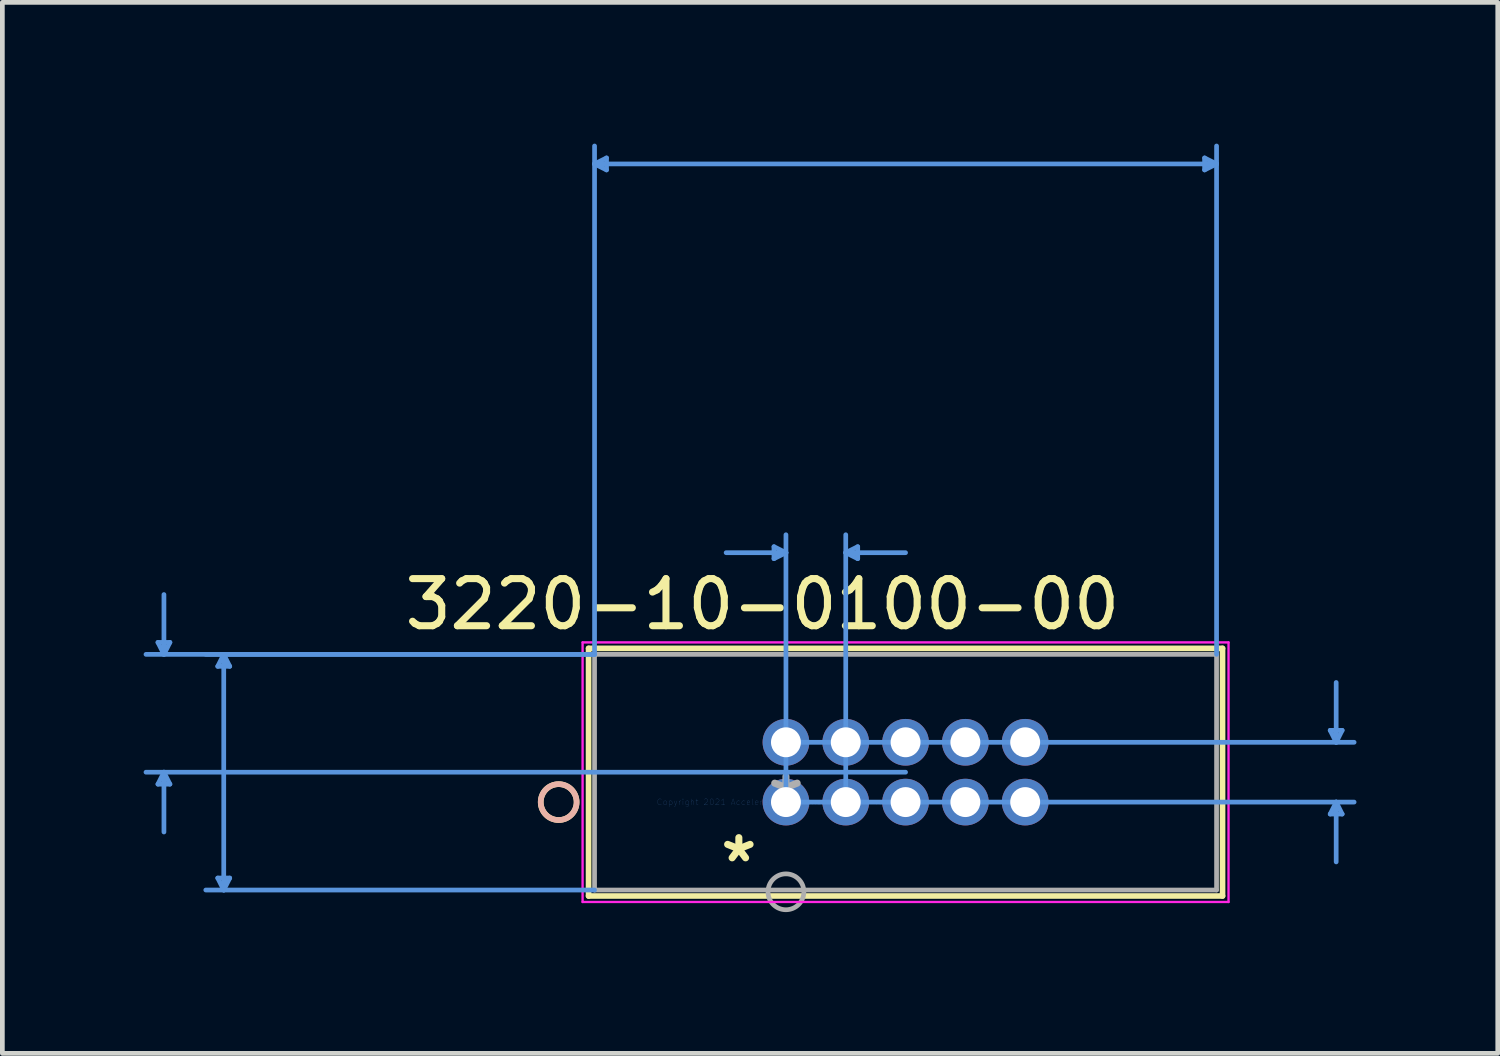
<source format=kicad_pcb>
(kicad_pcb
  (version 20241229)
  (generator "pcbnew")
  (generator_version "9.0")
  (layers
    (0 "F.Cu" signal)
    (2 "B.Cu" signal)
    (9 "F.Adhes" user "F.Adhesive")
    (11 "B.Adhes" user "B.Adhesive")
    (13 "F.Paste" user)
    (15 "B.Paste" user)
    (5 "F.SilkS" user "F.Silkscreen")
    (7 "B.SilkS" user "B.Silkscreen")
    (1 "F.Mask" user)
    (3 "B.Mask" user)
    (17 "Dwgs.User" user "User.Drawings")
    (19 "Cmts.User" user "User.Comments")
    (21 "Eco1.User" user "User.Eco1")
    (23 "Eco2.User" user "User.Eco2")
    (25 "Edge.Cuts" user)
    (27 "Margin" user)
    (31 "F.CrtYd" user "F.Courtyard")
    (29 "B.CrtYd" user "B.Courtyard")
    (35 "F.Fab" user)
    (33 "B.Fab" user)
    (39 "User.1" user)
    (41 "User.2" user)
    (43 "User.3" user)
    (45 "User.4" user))
  (footprint "3220-10-0100-00"
    (layer "F.Cu")
    (at 13.639 13.982)
    (property "Reference" "3220-10-0100-00" (at -0.5 -4.2 0) (layer "F.SilkS") (effects (font (size 1 1) (thickness 0.15))))
    (attr through_hole)
    (fp_line (start -4.191 -3.264) (end -4.191 1.994) (stroke (width 0.12) (type solid)) (layer "F.SilkS"))
    (fp_line (start -4.191 1.994) (end 9.271 1.994) (stroke (width 0.12) (type solid)) (layer "F.SilkS"))
    (fp_line (start 9.271 -3.264) (end -4.191 -3.264) (stroke (width 0.12) (type solid)) (layer "F.SilkS"))
    (fp_line (start 9.271 1.994) (end 9.271 -3.264) (stroke (width 0.12) (type solid)) (layer "F.SilkS"))
    (fp_circle (center -4.826 0) (end -4.445 0) (stroke (width 0.12) (type solid)) (fill no) (layer "F.SilkS"))
    (fp_circle (center -4.826 0) (end -4.445 0) (stroke (width 0.12) (type solid)) (fill no) (layer "B.SilkS"))
    (fp_line (start -13.335 -3.391) (end -13.081 -3.391) (stroke (width 0.1) (type solid)) (layer "Cmts.User"))
    (fp_line (start -13.335 -0.381) (end -13.081 -0.381) (stroke (width 0.1) (type solid)) (layer "Cmts.User"))
    (fp_line (start -13.208 -3.137) (end -13.335 -3.391) (stroke (width 0.1) (type solid)) (layer "Cmts.User"))
    (fp_line (start -13.208 -3.137) (end -13.208 -4.407) (stroke (width 0.1) (type solid)) (layer "Cmts.User"))
    (fp_line (start -13.208 -3.137) (end -13.081 -3.391) (stroke (width 0.1) (type solid)) (layer "Cmts.User"))
    (fp_line (start -13.208 -0.635) (end -13.335 -0.381) (stroke (width 0.1) (type solid)) (layer "Cmts.User"))
    (fp_line (start -13.208 -0.635) (end -13.208 0.635) (stroke (width 0.1) (type solid)) (layer "Cmts.User"))
    (fp_line (start -13.208 -0.635) (end -13.081 -0.381) (stroke (width 0.1) (type solid)) (layer "Cmts.User"))
    (fp_line (start -12.065 -2.883) (end -11.811 -2.883) (stroke (width 0.1) (type solid)) (layer "Cmts.User"))
    (fp_line (start -12.065 1.613) (end -11.811 1.613) (stroke (width 0.1) (type solid)) (layer "Cmts.User"))
    (fp_line (start -11.938 -3.137) (end -12.065 -2.883) (stroke (width 0.1) (type solid)) (layer "Cmts.User"))
    (fp_line (start -11.938 -3.137) (end -11.938 1.867) (stroke (width 0.1) (type solid)) (layer "Cmts.User"))
    (fp_line (start -11.938 -3.137) (end -11.811 -2.883) (stroke (width 0.1) (type solid)) (layer "Cmts.User"))
    (fp_line (start -11.938 1.867) (end -12.065 1.613) (stroke (width 0.1) (type solid)) (layer "Cmts.User"))
    (fp_line (start -11.938 1.867) (end -11.811 1.613) (stroke (width 0.1) (type solid)) (layer "Cmts.User"))
    (fp_line (start -4.064 -13.551) (end -3.81 -13.678) (stroke (width 0.1) (type solid)) (layer "Cmts.User"))
    (fp_line (start -4.064 -13.551) (end -3.81 -13.424) (stroke (width 0.1) (type solid)) (layer "Cmts.User"))
    (fp_line (start -4.064 -13.551) (end 9.144 -13.551) (stroke (width 0.1) (type solid)) (layer "Cmts.User"))
    (fp_line (start -4.064 -3.137) (end -13.589 -3.137) (stroke (width 0.1) (type solid)) (layer "Cmts.User"))
    (fp_line (start -4.064 -3.137) (end -12.319 -3.137) (stroke (width 0.1) (type solid)) (layer "Cmts.User"))
    (fp_line (start -4.064 -3.137) (end -4.064 -13.932) (stroke (width 0.1) (type solid)) (layer "Cmts.User"))
    (fp_line (start -4.064 1.867) (end -12.319 1.867) (stroke (width 0.1) (type solid)) (layer "Cmts.User"))
    (fp_line (start -3.81 -13.678) (end -3.81 -13.424) (stroke (width 0.1) (type solid)) (layer "Cmts.User"))
    (fp_line (start -0.254 -5.423) (end -0.254 -5.169) (stroke (width 0.1) (type solid)) (layer "Cmts.User"))
    (fp_line (start 0 -5.296) (end -1.27 -5.296) (stroke (width 0.1) (type solid)) (layer "Cmts.User"))
    (fp_line (start 0 -5.296) (end -0.254 -5.423) (stroke (width 0.1) (type solid)) (layer "Cmts.User"))
    (fp_line (start 0 -5.296) (end -0.254 -5.169) (stroke (width 0.1) (type solid)) (layer "Cmts.User"))
    (fp_line (start 0 -1.27) (end 12.065 -1.27) (stroke (width 0.1) (type solid)) (layer "Cmts.User"))
    (fp_line (start 0 0) (end 0 -5.677) (stroke (width 0.1) (type solid)) (layer "Cmts.User"))
    (fp_line (start 0 0) (end 12.065 0) (stroke (width 0.1) (type solid)) (layer "Cmts.User"))
    (fp_line (start 1.27 -5.296) (end 1.524 -5.423) (stroke (width 0.1) (type solid)) (layer "Cmts.User"))
    (fp_line (start 1.27 -5.296) (end 1.524 -5.169) (stroke (width 0.1) (type solid)) (layer "Cmts.User"))
    (fp_line (start 1.27 -5.296) (end 2.54 -5.296) (stroke (width 0.1) (type solid)) (layer "Cmts.User"))
    (fp_line (start 1.27 0) (end 1.27 -5.677) (stroke (width 0.1) (type solid)) (layer "Cmts.User"))
    (fp_line (start 1.524 -5.423) (end 1.524 -5.169) (stroke (width 0.1) (type solid)) (layer "Cmts.User"))
    (fp_line (start 2.54 -0.635) (end -13.589 -0.635) (stroke (width 0.1) (type solid)) (layer "Cmts.User"))
    (fp_line (start 8.89 -13.678) (end 8.89 -13.424) (stroke (width 0.1) (type solid)) (layer "Cmts.User"))
    (fp_line (start 9.144 -13.551) (end 8.89 -13.678) (stroke (width 0.1) (type solid)) (layer "Cmts.User"))
    (fp_line (start 9.144 -13.551) (end 8.89 -13.424) (stroke (width 0.1) (type solid)) (layer "Cmts.User"))
    (fp_line (start 9.144 -3.137) (end 9.144 -13.932) (stroke (width 0.1) (type solid)) (layer "Cmts.User"))
    (fp_line (start 11.557 -1.524) (end 11.811 -1.524) (stroke (width 0.1) (type solid)) (layer "Cmts.User"))
    (fp_line (start 11.557 0.254) (end 11.811 0.254) (stroke (width 0.1) (type solid)) (layer "Cmts.User"))
    (fp_line (start 11.684 -1.27) (end 11.557 -1.524) (stroke (width 0.1) (type solid)) (layer "Cmts.User"))
    (fp_line (start 11.684 -1.27) (end 11.684 -2.54) (stroke (width 0.1) (type solid)) (layer "Cmts.User"))
    (fp_line (start 11.684 -1.27) (end 11.811 -1.524) (stroke (width 0.1) (type solid)) (layer "Cmts.User"))
    (fp_line (start 11.684 0) (end 11.557 0.254) (stroke (width 0.1) (type solid)) (layer "Cmts.User"))
    (fp_line (start 11.684 0) (end 11.684 1.27) (stroke (width 0.1) (type solid)) (layer "Cmts.User"))
    (fp_line (start 11.684 0) (end 11.811 0.254) (stroke (width 0.1) (type solid)) (layer "Cmts.User"))
    (fp_line (start -4.318 -3.391) (end -4.318 2.121) (stroke (width 0.05) (type solid)) (layer "F.CrtYd"))
    (fp_line (start -4.318 2.121) (end 9.398 2.121) (stroke (width 0.05) (type solid)) (layer "F.CrtYd"))
    (fp_line (start 9.398 -3.391) (end -4.318 -3.391) (stroke (width 0.05) (type solid)) (layer "F.CrtYd"))
    (fp_line (start 9.398 2.121) (end 9.398 -3.391) (stroke (width 0.05) (type solid)) (layer "F.CrtYd"))
    (fp_line (start -4.064 -3.137) (end -4.064 1.867) (stroke (width 0.1) (type solid)) (layer "F.Fab"))
    (fp_line (start -4.064 1.867) (end 9.144 1.867) (stroke (width 0.1) (type solid)) (layer "F.Fab"))
    (fp_line (start 9.144 -3.137) (end -4.064 -3.137) (stroke (width 0.1) (type solid)) (layer "F.Fab"))
    (fp_line (start 9.144 1.867) (end 9.144 -3.137) (stroke (width 0.1) (type solid)) (layer "F.Fab"))
    (fp_circle (center 0 1.905) (end 0.381 1.905) (stroke (width 0.1) (type solid)) (fill no) (layer "F.Fab"))
    (fp_text user "*" (at -1 1.3 0) (layer "F.SilkS") (effects (font (size 1 1) (thickness 0.15))))
    (fp_text user "Copyright 2021 Accelerated Designs. All rights reserved." (at 0 0 0) (layer "Cmts.User") (effects (font (size 0.127 0.127) (thickness 0.002))))
    (fp_text user "*" (at 0 0 0) (layer "F.Fab") (effects (font (size 1 1) (thickness 0.15))))
    (pad "1" thru_hole circle (at 0 0) (size 0.991 0.991) (drill 0.635) (layers "*.Cu" "*.Mask"))
    (pad "2" thru_hole circle (at 0 -1.27) (size 0.991 0.991) (drill 0.635) (layers "*.Cu" "*.Mask"))
    (pad "3" thru_hole circle (at 1.27 0) (size 0.991 0.991) (drill 0.635) (layers "*.Cu" "*.Mask"))
    (pad "4" thru_hole circle (at 1.27 -1.27) (size 0.991 0.991) (drill 0.635) (layers "*.Cu" "*.Mask"))
    (pad "5" thru_hole circle (at 2.54 0) (size 0.991 0.991) (drill 0.635) (layers "*.Cu" "*.Mask"))
    (pad "6" thru_hole circle (at 2.54 -1.27) (size 0.991 0.991) (drill 0.635) (layers "*.Cu" "*.Mask"))
    (pad "7" thru_hole circle (at 3.81 0) (size 0.991 0.991) (drill 0.635) (layers "*.Cu" "*.Mask"))
    (pad "8" thru_hole circle (at 3.81 -1.27) (size 0.991 0.991) (drill 0.635) (layers "*.Cu" "*.Mask"))
    (pad "9" thru_hole circle (at 5.08 0) (size 0.991 0.991) (drill 0.635) (layers "*.Cu" "*.Mask"))
    (pad "10" thru_hole circle (at 5.08 -1.27) (size 0.991 0.991) (drill 0.635) (layers "*.Cu" "*.Mask")))
  (gr_rect
    (start -3 -3)
    (end 28.754 19.318)
    (stroke (width 0.1) (type default))
    (fill no)
    (layer "Edge.Cuts")))
</source>
